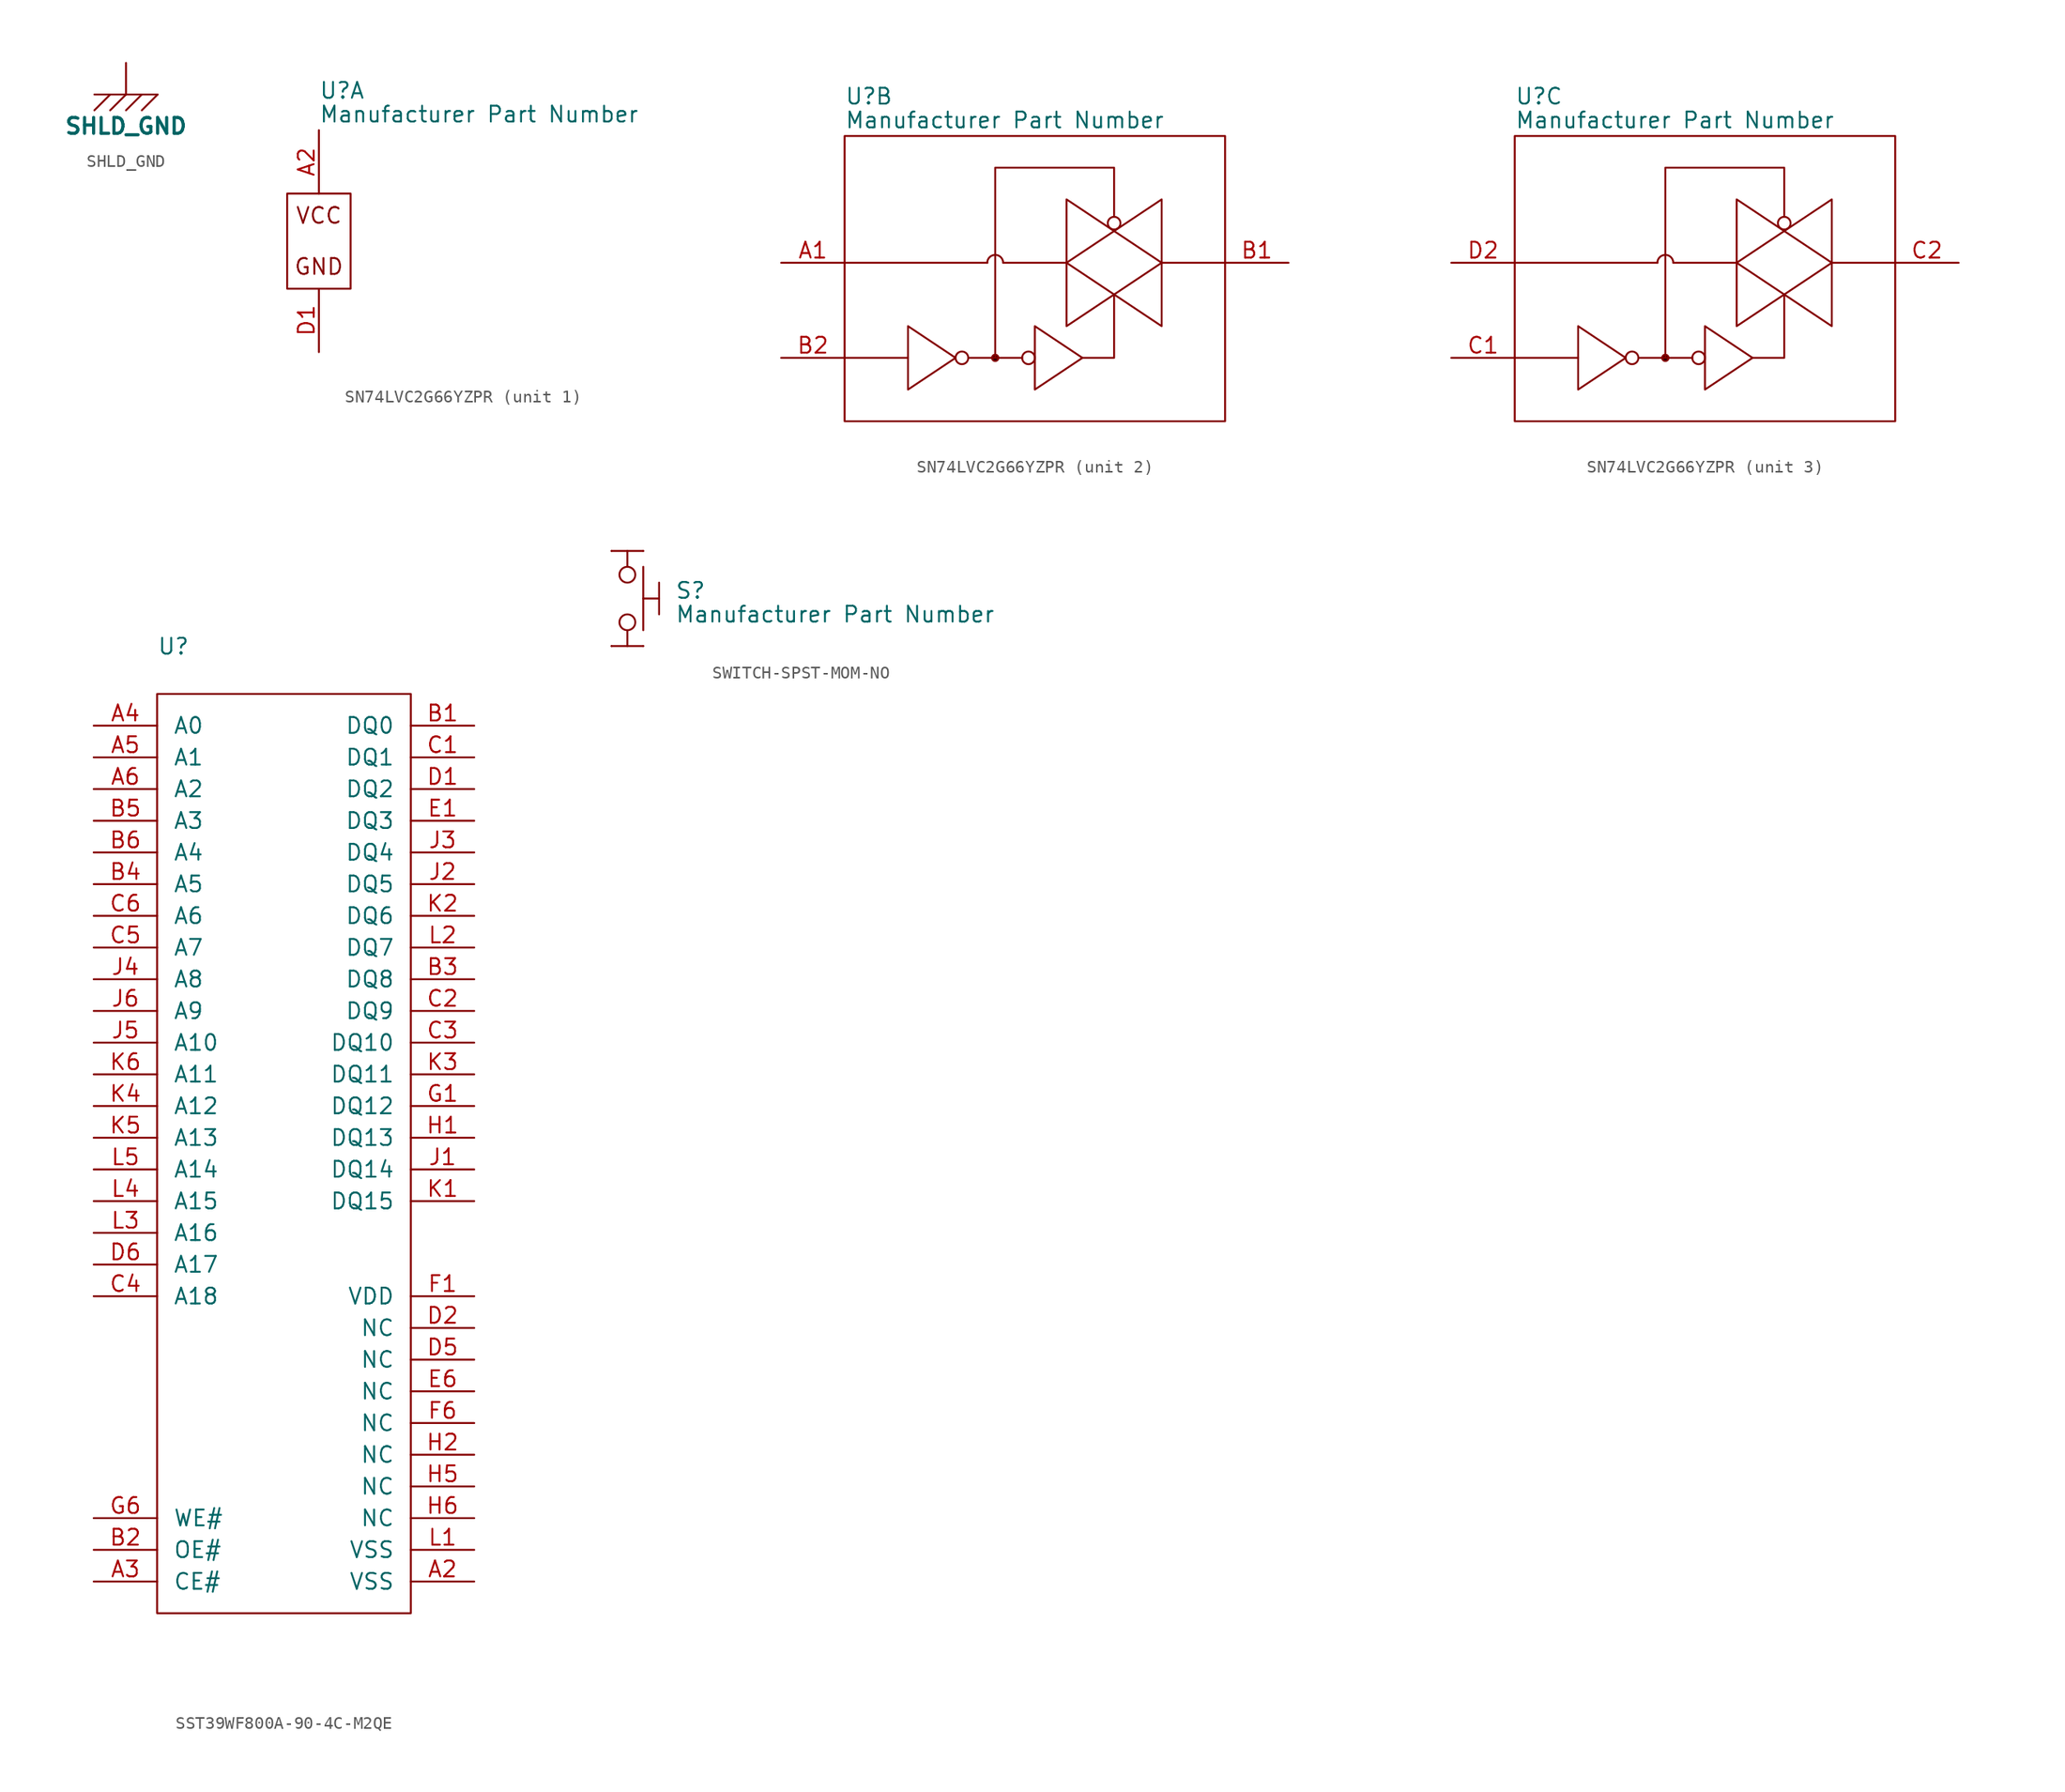
<source format=kicad_sym>
(kicad_symbol_lib
  (version 20231120)
  (generator "kicad_symbol_editor")
  (generator_version "8.0")
  (symbol "SHLD_GND"
    (power)
    (pin_numbers hide)
    (pin_names hide)
    (property "Reference" "#PWR"
      (at -0.254 -7.874 0)
      (effects (font (size 1.27 1.27)) (hide yes)))
    (property "Value" "SHLD_GND"
      (at 0 -5.08 0)
      (do_not_autoplace)
      (effects (font (size 1.27 1.27) (bold yes))))
    (symbol "SHLD_GND_0_1"
      (polyline (pts (xy -2.54 -2.54) (xy 2.54 -2.54)) (stroke (width 0) (type default)) (fill (type none)))
      (polyline (pts (xy -1.27 -2.54) (xy -2.54 -3.81)) (stroke (width 0) (type default)) (fill (type none)))
      (polyline (pts (xy 0 -2.54) (xy -1.27 -3.81)) (stroke (width 0) (type default)) (fill (type none)))
      (polyline (pts (xy 1.27 -2.54) (xy 0 -3.81)) (stroke (width 0) (type default)) (fill (type none)))
      (polyline (pts (xy 2.54 -2.54) (xy 1.27 -3.81)) (stroke (width 0) (type default)) (fill (type none))))
    (symbol "SHLD_GND_1_1"
      (pin power_in line (at 0 0 270) (length 2.54) (name "SHLD_GND" (effects (font (size 1.27 1.27)))) (number "1" (effects (font (size 1.27 1.27)))))))
  (symbol "SN74LVC2G66YZPR"
    (pin_names
      (offset 0) hide)
    (property "Reference" "U"
      (at 0 3.175 0)
      (effects (font (size 1.27 1.27)) (justify left)))
    (property "Value" "Manufacturer Part Number"
      (at 0 1.27 0)
      (effects (font (size 1.27 1.27)) (justify left)))
    (property "ki_locked" ""
      (at 0 0 0)
      (effects (font (size 1.27 1.27))))
    (symbol "SN74LVC2G66YZPR_1_1"
      (rectangle (start -2.54 -5.08) (end 2.54 -12.7) (stroke (width 0) (type default)) (fill (type none)))
      (text "VCC\n\nGND" (at 0 -8.89 0) (effects (font (size 1.27 1.27))))
      (pin power_in line (at 0 0 270) (length 5.08) (name "VCC" (effects (font (size 1.27 1.27)))) (number "A2" (effects (font (size 1.27 1.27)))))
      (pin power_in line (at 0 -17.78 90) (length 5.08) (name "GND" (effects (font (size 1.27 1.27)))) (number "D1" (effects (font (size 1.27 1.27))))))
    (symbol "SN74LVC2G66YZPR_2_1"
      (rectangle (start 0 -17.78) (end 5.08 -17.78) (stroke (width 0) (type default)) (fill (type none)))
      (polyline (pts (xy 0 -10.16) (xy 11.43 -10.16)) (stroke (width 0) (type default)) (fill (type none)))
      (polyline (pts (xy 9.906 -17.78) (xy 14.224 -17.78)) (stroke (width 0) (type default)) (fill (type none)))
      (polyline (pts (xy 12.7 -10.16) (xy 17.78 -10.16)) (stroke (width 0) (type default)) (fill (type none)))
      (polyline (pts (xy 21.59 -12.7) (xy 21.59 -17.78) (xy 19.05 -17.78)) (stroke (width 0) (type default)) (fill (type none)))
      (polyline (pts (xy 5.08 -15.24) (xy 5.08 -20.32) (xy 8.89 -17.78) (xy 5.08 -15.24)) (stroke (width 0) (type default)) (fill (type none)))
      (polyline (pts (xy 15.24 -15.24) (xy 15.24 -20.32) (xy 19.05 -17.78) (xy 15.24 -15.24)) (stroke (width 0) (type default)) (fill (type none)))
      (polyline (pts (xy 17.78 -5.08) (xy 17.78 -15.24) (xy 25.4 -10.16) (xy 17.78 -5.08)) (stroke (width 0) (type default)) (fill (type none)))
      (polyline (pts (xy 21.59 -6.477) (xy 21.59 -2.54) (xy 12.065 -2.54) (xy 12.065 -17.78)) (stroke (width 0) (type default)) (fill (type none)))
      (polyline (pts (xy 25.4 -5.08) (xy 25.4 -15.24) (xy 17.78 -10.16) (xy 25.4 -5.08)) (stroke (width 0) (type default)) (fill (type none)))
      (rectangle (start 0 0) (end 30.48 -22.86) (stroke (width 0) (type default)) (fill (type none)))
      (circle (center 9.398 -17.78) (radius 0.508) (stroke (width 0) (type default)) (fill (type none)))
      (circle (center 12.065 -17.78) (radius 0.254) (stroke (width 0) (type default)) (fill (type color) (color 0 0 0 1)))
      (arc (start 12.065 -9.525) (mid 11.616 -9.711) (end 11.43 -10.16) (stroke (width 0) (type default)) (fill (type none)))
      (arc (start 12.7 -10.16) (mid 12.514 -9.711) (end 12.065 -9.525) (stroke (width 0) (type default)) (fill (type none)))
      (circle (center 14.732 -17.78) (radius 0.508) (stroke (width 0) (type default)) (fill (type none)))
      (circle (center 21.59 -6.985) (radius 0.508) (stroke (width 0) (type default)) (fill (type none)))
      (rectangle (start 25.4 -10.16) (end 30.48 -10.16) (stroke (width 0) (type default)) (fill (type none)))
      (pin bidirectional line (at -5.08 -10.16 0) (length 5.08) (name "1A" (effects (font (size 1.27 1.27)))) (number "A1" (effects (font (size 1.27 1.27)))))
      (pin bidirectional line (at 35.56 -10.16 180) (length 5.08) (name "1B" (effects (font (size 1.27 1.27)))) (number "B1" (effects (font (size 1.27 1.27)))))
      (pin input line (at -5.08 -17.78 0) (length 5.08) (name "1C" (effects (font (size 1.27 1.27)))) (number "B2" (effects (font (size 1.27 1.27))))))
    (symbol "SN74LVC2G66YZPR_3_1"
      (rectangle (start 0 -17.78) (end 5.08 -17.78) (stroke (width 0) (type default)) (fill (type none)))
      (polyline (pts (xy 0 -10.16) (xy 11.43 -10.16)) (stroke (width 0) (type default)) (fill (type none)))
      (polyline (pts (xy 9.906 -17.78) (xy 14.224 -17.78)) (stroke (width 0) (type default)) (fill (type none)))
      (polyline (pts (xy 12.7 -10.16) (xy 17.78 -10.16)) (stroke (width 0) (type default)) (fill (type none)))
      (polyline (pts (xy 21.59 -12.7) (xy 21.59 -17.78) (xy 19.05 -17.78)) (stroke (width 0) (type default)) (fill (type none)))
      (polyline (pts (xy 5.08 -15.24) (xy 5.08 -20.32) (xy 8.89 -17.78) (xy 5.08 -15.24)) (stroke (width 0) (type default)) (fill (type none)))
      (polyline (pts (xy 15.24 -15.24) (xy 15.24 -20.32) (xy 19.05 -17.78) (xy 15.24 -15.24)) (stroke (width 0) (type default)) (fill (type none)))
      (polyline (pts (xy 17.78 -5.08) (xy 17.78 -15.24) (xy 25.4 -10.16) (xy 17.78 -5.08)) (stroke (width 0) (type default)) (fill (type none)))
      (polyline (pts (xy 21.59 -6.477) (xy 21.59 -2.54) (xy 12.065 -2.54) (xy 12.065 -17.78)) (stroke (width 0) (type default)) (fill (type none)))
      (polyline (pts (xy 25.4 -5.08) (xy 25.4 -15.24) (xy 17.78 -10.16) (xy 25.4 -5.08)) (stroke (width 0) (type default)) (fill (type none)))
      (rectangle (start 0 0) (end 30.48 -22.86) (stroke (width 0) (type default)) (fill (type none)))
      (circle (center 9.398 -17.78) (radius 0.508) (stroke (width 0) (type default)) (fill (type none)))
      (circle (center 12.065 -17.78) (radius 0.254) (stroke (width 0) (type default)) (fill (type color) (color 0 0 0 1)))
      (arc (start 12.065 -9.525) (mid 11.616 -9.711) (end 11.43 -10.16) (stroke (width 0) (type default)) (fill (type none)))
      (arc (start 12.7 -10.16) (mid 12.514 -9.711) (end 12.065 -9.525) (stroke (width 0) (type default)) (fill (type none)))
      (circle (center 14.732 -17.78) (radius 0.508) (stroke (width 0) (type default)) (fill (type none)))
      (circle (center 21.59 -6.985) (radius 0.508) (stroke (width 0) (type default)) (fill (type none)))
      (rectangle (start 25.4 -10.16) (end 30.48 -10.16) (stroke (width 0) (type default)) (fill (type none)))
      (pin input line (at -5.08 -17.78 0) (length 5.08) (name "2C" (effects (font (size 1.27 1.27)))) (number "C1" (effects (font (size 1.27 1.27)))))
      (pin bidirectional line (at 35.56 -10.16 180) (length 5.08) (name "2B" (effects (font (size 1.27 1.27)))) (number "C2" (effects (font (size 1.27 1.27)))))
      (pin bidirectional line (at -5.08 -10.16 0) (length 5.08) (name "2A" (effects (font (size 1.27 1.27)))) (number "D2" (effects (font (size 1.27 1.27)))))))
  (symbol "SST39WF800A-90-4C-M2QE"
    (pin_names
      (offset 1.27))
    (property "Reference" "U"
      (at 0 3.81 0)
      (effects (font (size 1.27 1.27)) (justify left)))
    (property "Value" "${Manufacturer Part Number}"
      (at 0 1.27 0)
      (effects (font (size 1.27 1.27)) (justify left)))
    (property "Manufacturer Part Number" ""
      (at 45.72 -2.54 0)
      (effects (font (size 1.27 1.27)) (justify left) (hide yes)))
    (symbol "SST39WF800A-90-4C-M2QE_1_1"
      (rectangle (start 0 0) (end 20.32 -73.66) (stroke (width 0) (type default)) (fill (type none)))
      (pin power_in line (at 25.4 -71.12 180) (length 5.08) (name "VSS" (effects (font (size 1.27 1.27)))) (number "A2" (effects (font (size 1.27 1.27)))))
      (pin input line (at -5.08 -71.12 0) (length 5.08) (name "CE#" (effects (font (size 1.27 1.27)))) (number "A3" (effects (font (size 1.27 1.27)))))
      (pin input line (at -5.08 -2.54 0) (length 5.08) (name "A0" (effects (font (size 1.27 1.27)))) (number "A4" (effects (font (size 1.27 1.27)))))
      (pin input line (at -5.08 -5.08 0) (length 5.08) (name "A1" (effects (font (size 1.27 1.27)))) (number "A5" (effects (font (size 1.27 1.27)))))
      (pin input line (at -5.08 -7.62 0) (length 5.08) (name "A2" (effects (font (size 1.27 1.27)))) (number "A6" (effects (font (size 1.27 1.27)))))
      (pin bidirectional line (at 25.4 -2.54 180) (length 5.08) (name "DQ0" (effects (font (size 1.27 1.27)))) (number "B1" (effects (font (size 1.27 1.27)))))
      (pin input line (at -5.08 -68.58 0) (length 5.08) (name "OE#" (effects (font (size 1.27 1.27)))) (number "B2" (effects (font (size 1.27 1.27)))))
      (pin bidirectional line (at 25.4 -22.86 180) (length 5.08) (name "DQ8" (effects (font (size 1.27 1.27)))) (number "B3" (effects (font (size 1.27 1.27)))))
      (pin input line (at -5.08 -15.24 0) (length 5.08) (name "A5" (effects (font (size 1.27 1.27)))) (number "B4" (effects (font (size 1.27 1.27)))))
      (pin input line (at -5.08 -10.16 0) (length 5.08) (name "A3" (effects (font (size 1.27 1.27)))) (number "B5" (effects (font (size 1.27 1.27)))))
      (pin input line (at -5.08 -12.7 0) (length 5.08) (name "A4" (effects (font (size 1.27 1.27)))) (number "B6" (effects (font (size 1.27 1.27)))))
      (pin bidirectional line (at 25.4 -5.08 180) (length 5.08) (name "DQ1" (effects (font (size 1.27 1.27)))) (number "C1" (effects (font (size 1.27 1.27)))))
      (pin bidirectional line (at 25.4 -25.4 180) (length 5.08) (name "DQ9" (effects (font (size 1.27 1.27)))) (number "C2" (effects (font (size 1.27 1.27)))))
      (pin bidirectional line (at 25.4 -27.94 180) (length 5.08) (name "DQ10" (effects (font (size 1.27 1.27)))) (number "C3" (effects (font (size 1.27 1.27)))))
      (pin input line (at -5.08 -48.26 0) (length 5.08) (name "A18" (effects (font (size 1.27 1.27)))) (number "C4" (effects (font (size 1.27 1.27)))))
      (pin input line (at -5.08 -20.32 0) (length 5.08) (name "A7" (effects (font (size 1.27 1.27)))) (number "C5" (effects (font (size 1.27 1.27)))))
      (pin input line (at -5.08 -17.78 0) (length 5.08) (name "A6" (effects (font (size 1.27 1.27)))) (number "C6" (effects (font (size 1.27 1.27)))))
      (pin bidirectional line (at 25.4 -7.62 180) (length 5.08) (name "DQ2" (effects (font (size 1.27 1.27)))) (number "D1" (effects (font (size 1.27 1.27)))))
      (pin passive line (at 25.4 -50.8 180) (length 5.08) (name "NC" (effects (font (size 1.27 1.27)))) (number "D2" (effects (font (size 1.27 1.27)))))
      (pin passive line (at 25.4 -53.34 180) (length 5.08) (name "NC" (effects (font (size 1.27 1.27)))) (number "D5" (effects (font (size 1.27 1.27)))))
      (pin input line (at -5.08 -45.72 0) (length 5.08) (name "A17" (effects (font (size 1.27 1.27)))) (number "D6" (effects (font (size 1.27 1.27)))))
      (pin bidirectional line (at 25.4 -10.16 180) (length 5.08) (name "DQ3" (effects (font (size 1.27 1.27)))) (number "E1" (effects (font (size 1.27 1.27)))))
      (pin passive line (at 25.4 -55.88 180) (length 5.08) (name "NC" (effects (font (size 1.27 1.27)))) (number "E6" (effects (font (size 1.27 1.27)))))
      (pin power_in line (at 25.4 -48.26 180) (length 5.08) (name "VDD" (effects (font (size 1.27 1.27)))) (number "F1" (effects (font (size 1.27 1.27)))))
      (pin passive line (at 25.4 -58.42 180) (length 5.08) (name "NC" (effects (font (size 1.27 1.27)))) (number "F6" (effects (font (size 1.27 1.27)))))
      (pin bidirectional line (at 25.4 -33.02 180) (length 5.08) (name "DQ12" (effects (font (size 1.27 1.27)))) (number "G1" (effects (font (size 1.27 1.27)))))
      (pin input line (at -5.08 -66.04 0) (length 5.08) (name "WE#" (effects (font (size 1.27 1.27)))) (number "G6" (effects (font (size 1.27 1.27)))))
      (pin bidirectional line (at 25.4 -35.56 180) (length 5.08) (name "DQ13" (effects (font (size 1.27 1.27)))) (number "H1" (effects (font (size 1.27 1.27)))))
      (pin passive line (at 25.4 -60.96 180) (length 5.08) (name "NC" (effects (font (size 1.27 1.27)))) (number "H2" (effects (font (size 1.27 1.27)))))
      (pin passive line (at 25.4 -63.5 180) (length 5.08) (name "NC" (effects (font (size 1.27 1.27)))) (number "H5" (effects (font (size 1.27 1.27)))))
      (pin passive line (at 25.4 -66.04 180) (length 5.08) (name "NC" (effects (font (size 1.27 1.27)))) (number "H6" (effects (font (size 1.27 1.27)))))
      (pin bidirectional line (at 25.4 -38.1 180) (length 5.08) (name "DQ14" (effects (font (size 1.27 1.27)))) (number "J1" (effects (font (size 1.27 1.27)))))
      (pin bidirectional line (at 25.4 -15.24 180) (length 5.08) (name "DQ5" (effects (font (size 1.27 1.27)))) (number "J2" (effects (font (size 1.27 1.27)))))
      (pin bidirectional line (at 25.4 -12.7 180) (length 5.08) (name "DQ4" (effects (font (size 1.27 1.27)))) (number "J3" (effects (font (size 1.27 1.27)))))
      (pin input line (at -5.08 -22.86 0) (length 5.08) (name "A8" (effects (font (size 1.27 1.27)))) (number "J4" (effects (font (size 1.27 1.27)))))
      (pin input line (at -5.08 -27.94 0) (length 5.08) (name "A10" (effects (font (size 1.27 1.27)))) (number "J5" (effects (font (size 1.27 1.27)))))
      (pin input line (at -5.08 -25.4 0) (length 5.08) (name "A9" (effects (font (size 1.27 1.27)))) (number "J6" (effects (font (size 1.27 1.27)))))
      (pin bidirectional line (at 25.4 -40.64 180) (length 5.08) (name "DQ15" (effects (font (size 1.27 1.27)))) (number "K1" (effects (font (size 1.27 1.27)))))
      (pin bidirectional line (at 25.4 -17.78 180) (length 5.08) (name "DQ6" (effects (font (size 1.27 1.27)))) (number "K2" (effects (font (size 1.27 1.27)))))
      (pin bidirectional line (at 25.4 -30.48 180) (length 5.08) (name "DQ11" (effects (font (size 1.27 1.27)))) (number "K3" (effects (font (size 1.27 1.27)))))
      (pin input line (at -5.08 -33.02 0) (length 5.08) (name "A12" (effects (font (size 1.27 1.27)))) (number "K4" (effects (font (size 1.27 1.27)))))
      (pin input line (at -5.08 -35.56 0) (length 5.08) (name "A13" (effects (font (size 1.27 1.27)))) (number "K5" (effects (font (size 1.27 1.27)))))
      (pin input line (at -5.08 -30.48 0) (length 5.08) (name "A11" (effects (font (size 1.27 1.27)))) (number "K6" (effects (font (size 1.27 1.27)))))
      (pin power_in line (at 25.4 -68.58 180) (length 5.08) (name "VSS" (effects (font (size 1.27 1.27)))) (number "L1" (effects (font (size 1.27 1.27)))))
      (pin bidirectional line (at 25.4 -20.32 180) (length 5.08) (name "DQ7" (effects (font (size 1.27 1.27)))) (number "L2" (effects (font (size 1.27 1.27)))))
      (pin input line (at -5.08 -43.18 0) (length 5.08) (name "A16" (effects (font (size 1.27 1.27)))) (number "L3" (effects (font (size 1.27 1.27)))))
      (pin input line (at -5.08 -40.64 0) (length 5.08) (name "A15" (effects (font (size 1.27 1.27)))) (number "L4" (effects (font (size 1.27 1.27)))))
      (pin input line (at -5.08 -38.1 0) (length 5.08) (name "A14" (effects (font (size 1.27 1.27)))) (number "L5" (effects (font (size 1.27 1.27)))))))
  (symbol "SWITCH-SPST-MOM-NO"
    (pin_numbers hide)
    (pin_names
      (offset 0) hide)
    (property "Reference" "S"
      (at 5.08 -3.175 0)
      (effects (font (size 1.27 1.27)) (justify left)))
    (property "Value" "Manufacturer Part Number"
      (at 5.08 -5.08 0)
      (effects (font (size 1.27 1.27)) (justify left)))
    (symbol "SWITCH-SPST-MOM-NO_0_1"
      (polyline (pts (xy 0 -7.62) (xy 2.54 -7.62)) (stroke (width 0) (type default)) (fill (type none)))
      (polyline (pts (xy 0 0) (xy 2.54 0)) (stroke (width 0) (type default)) (fill (type none)))
      (polyline (pts (xy 1.27 -7.62) (xy 1.27 -6.35)) (stroke (width 0) (type default)) (fill (type none)))
      (polyline (pts (xy 1.27 -1.27) (xy 1.27 0)) (stroke (width 0) (type default)) (fill (type none)))
      (polyline (pts (xy 2.54 -3.81) (xy 3.81 -3.81)) (stroke (width 0) (type default)) (fill (type none)))
      (polyline (pts (xy 2.54 -1.27) (xy 2.54 -6.35)) (stroke (width 0) (type default)) (fill (type none)))
      (polyline (pts (xy 3.81 -2.54) (xy 3.81 -4.445) (xy 3.81 -5.08)) (stroke (width 0) (type default)) (fill (type none)))
      (circle (center 1.27 -5.715) (radius 0.635) (stroke (width 0) (type default)) (fill (type none)))
      (circle (center 1.27 -1.905) (radius 0.635) (stroke (width 0) (type default)) (fill (type none))))
    (symbol "SWITCH-SPST-MOM-NO_1_1"
      (pin passive line (at 0 0 270) (length 0) (name "1" (effects (font (size 1.27 1.27)))) (number "1" (effects (font (size 1.27 1.27)))))
      (pin passive line (at 2.54 0 270) (length 0) (name "2" (effects (font (size 1.27 1.27)))) (number "2" (effects (font (size 1.27 1.27)))))
      (pin passive line (at 0 -7.62 90) (length 0) (name "3" (effects (font (size 1.27 1.27)))) (number "3" (effects (font (size 1.27 1.27)))))
      (pin passive line (at 2.54 -7.62 90) (length 0) (name "4" (effects (font (size 1.27 1.27)))) (number "4" (effects (font (size 1.27 1.27))))))))
</source>
